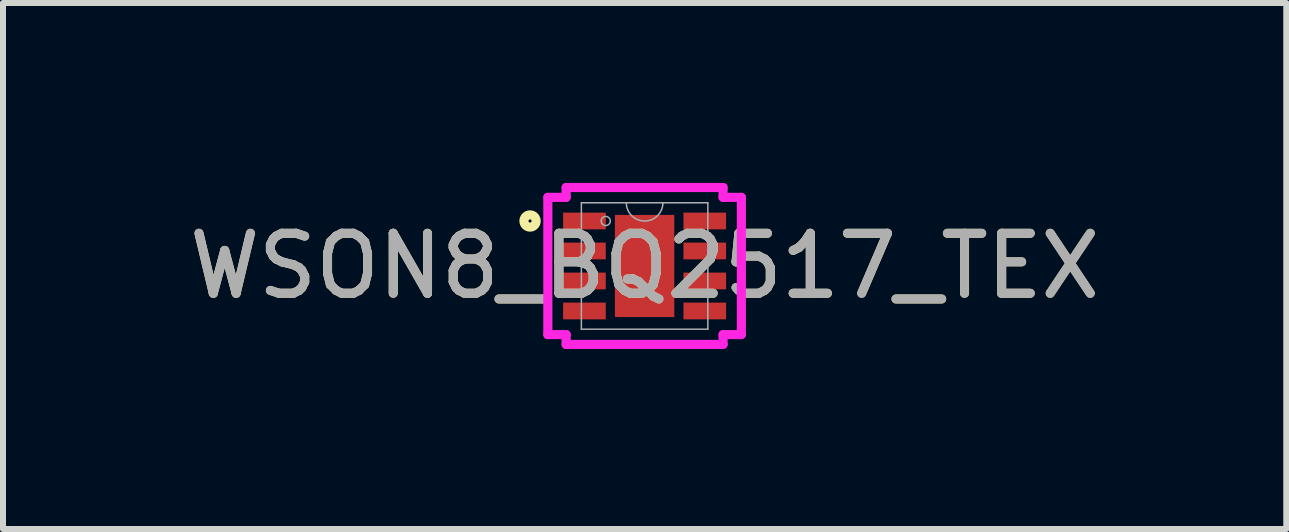
<source format=kicad_pcb>
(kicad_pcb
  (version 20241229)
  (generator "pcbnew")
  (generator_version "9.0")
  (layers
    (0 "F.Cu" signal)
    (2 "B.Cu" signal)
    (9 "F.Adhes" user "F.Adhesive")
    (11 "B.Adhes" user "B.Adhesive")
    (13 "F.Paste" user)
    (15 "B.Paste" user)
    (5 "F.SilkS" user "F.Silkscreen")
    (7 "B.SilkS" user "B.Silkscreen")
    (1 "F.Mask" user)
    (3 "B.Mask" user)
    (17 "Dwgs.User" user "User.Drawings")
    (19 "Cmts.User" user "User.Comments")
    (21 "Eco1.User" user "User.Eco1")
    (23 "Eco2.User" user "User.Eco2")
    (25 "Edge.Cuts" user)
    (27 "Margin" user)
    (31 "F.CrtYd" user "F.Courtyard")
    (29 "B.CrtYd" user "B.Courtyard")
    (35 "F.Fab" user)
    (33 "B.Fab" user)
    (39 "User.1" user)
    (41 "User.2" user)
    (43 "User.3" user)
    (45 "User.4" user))
  (footprint "WSON8_BQ2517_TEX"
    (layer "F.Cu")
    (at 7.696 1.384)
    (property "Reference" "WSON8_BQ2517_TEX" (at 0 0 0) (unlocked yes) (layer "F.SilkS") (effects (font (size 1 1) (thickness 0.15))))
    (attr smd)
    (fp_circle (center -1.91 -0.75) (end -1.808 -0.75) (stroke (width 0.152) (type solid)) (fill no) (layer "F.SilkS"))
    (fp_line (start -1.613 -1.144) (end -1.308 -1.144) (stroke (width 0.152) (type solid)) (layer "F.CrtYd"))
    (fp_line (start -1.613 1.144) (end -1.613 -1.144) (stroke (width 0.152) (type solid)) (layer "F.CrtYd"))
    (fp_line (start -1.613 1.144) (end -1.308 1.144) (stroke (width 0.152) (type solid)) (layer "F.CrtYd"))
    (fp_line (start -1.308 -1.308) (end 1.308 -1.308) (stroke (width 0.152) (type solid)) (layer "F.CrtYd"))
    (fp_line (start -1.308 -1.144) (end -1.308 -1.308) (stroke (width 0.152) (type solid)) (layer "F.CrtYd"))
    (fp_line (start -1.308 1.308) (end -1.308 1.144) (stroke (width 0.152) (type solid)) (layer "F.CrtYd"))
    (fp_line (start 1.308 -1.308) (end 1.308 -1.144) (stroke (width 0.152) (type solid)) (layer "F.CrtYd"))
    (fp_line (start 1.308 1.144) (end 1.308 1.308) (stroke (width 0.152) (type solid)) (layer "F.CrtYd"))
    (fp_line (start 1.308 1.308) (end -1.308 1.308) (stroke (width 0.152) (type solid)) (layer "F.CrtYd"))
    (fp_line (start 1.613 -1.144) (end 1.308 -1.144) (stroke (width 0.152) (type solid)) (layer "F.CrtYd"))
    (fp_line (start 1.613 -1.144) (end 1.613 1.144) (stroke (width 0.152) (type solid)) (layer "F.CrtYd"))
    (fp_line (start 1.613 1.144) (end 1.308 1.144) (stroke (width 0.152) (type solid)) (layer "F.CrtYd"))
    (fp_line (start -1.054 -1.054) (end -1.054 1.054) (stroke (width 0.025) (type solid)) (layer "F.Fab"))
    (fp_line (start -1.054 1.054) (end 1.054 1.054) (stroke (width 0.025) (type solid)) (layer "F.Fab"))
    (fp_line (start 1.054 -1.054) (end -1.054 -1.054) (stroke (width 0.025) (type solid)) (layer "F.Fab"))
    (fp_line (start 1.054 1.054) (end 1.054 -1.054) (stroke (width 0.025) (type solid)) (layer "F.Fab"))
    (fp_arc (start 0.3048 -1.0541) (mid 0 -0.7493) (end -0.3048 -1.0541) (stroke (width 0.0254) (type solid)) (layer "F.Fab"))
    (fp_circle (center -0.648 -0.75) (end -0.572 -0.75) (stroke (width 0.025) (type solid)) (fill no) (layer "F.Fab"))
    (fp_text user "${REFERENCE}" (at 0 0 0) (unlocked yes) (layer "F.Fab") (effects (font (size 1 1) (thickness 0.15))))
    (pad "1" smd rect (at -1.003 -0.75) (size 0.711 0.279) (layers "F.Cu" "F.Mask" "F.Paste"))
    (pad "2" smd rect (at -1.003 -0.25) (size 0.711 0.279) (layers "F.Cu" "F.Mask" "F.Paste"))
    (pad "3" smd rect (at -1.003 0.25) (size 0.711 0.279) (layers "F.Cu" "F.Mask" "F.Paste"))
    (pad "4" smd rect (at -1.003 0.75) (size 0.711 0.279) (layers "F.Cu" "F.Mask" "F.Paste"))
    (pad "5" smd rect (at 1.003 0.75) (size 0.711 0.279) (layers "F.Cu" "F.Mask" "F.Paste"))
    (pad "6" smd rect (at 1.003 0.25) (size 0.711 0.279) (layers "F.Cu" "F.Mask" "F.Paste"))
    (pad "7" smd rect (at 1.003 -0.25) (size 0.711 0.279) (layers "F.Cu" "F.Mask" "F.Paste"))
    (pad "8" smd rect (at 1.003 -0.75) (size 0.711 0.279) (layers "F.Cu" "F.Mask" "F.Paste"))
    (pad "9" smd rect (at 0 0) (size 0.991 1.702) (layers "F.Cu" "F.Mask" "F.Paste")))
  (gr_rect
    (start -3 -3)
    (end 18.393 5.769)
    (stroke (width 0.1) (type default))
    (fill no)
    (layer "Edge.Cuts")))
</source>
